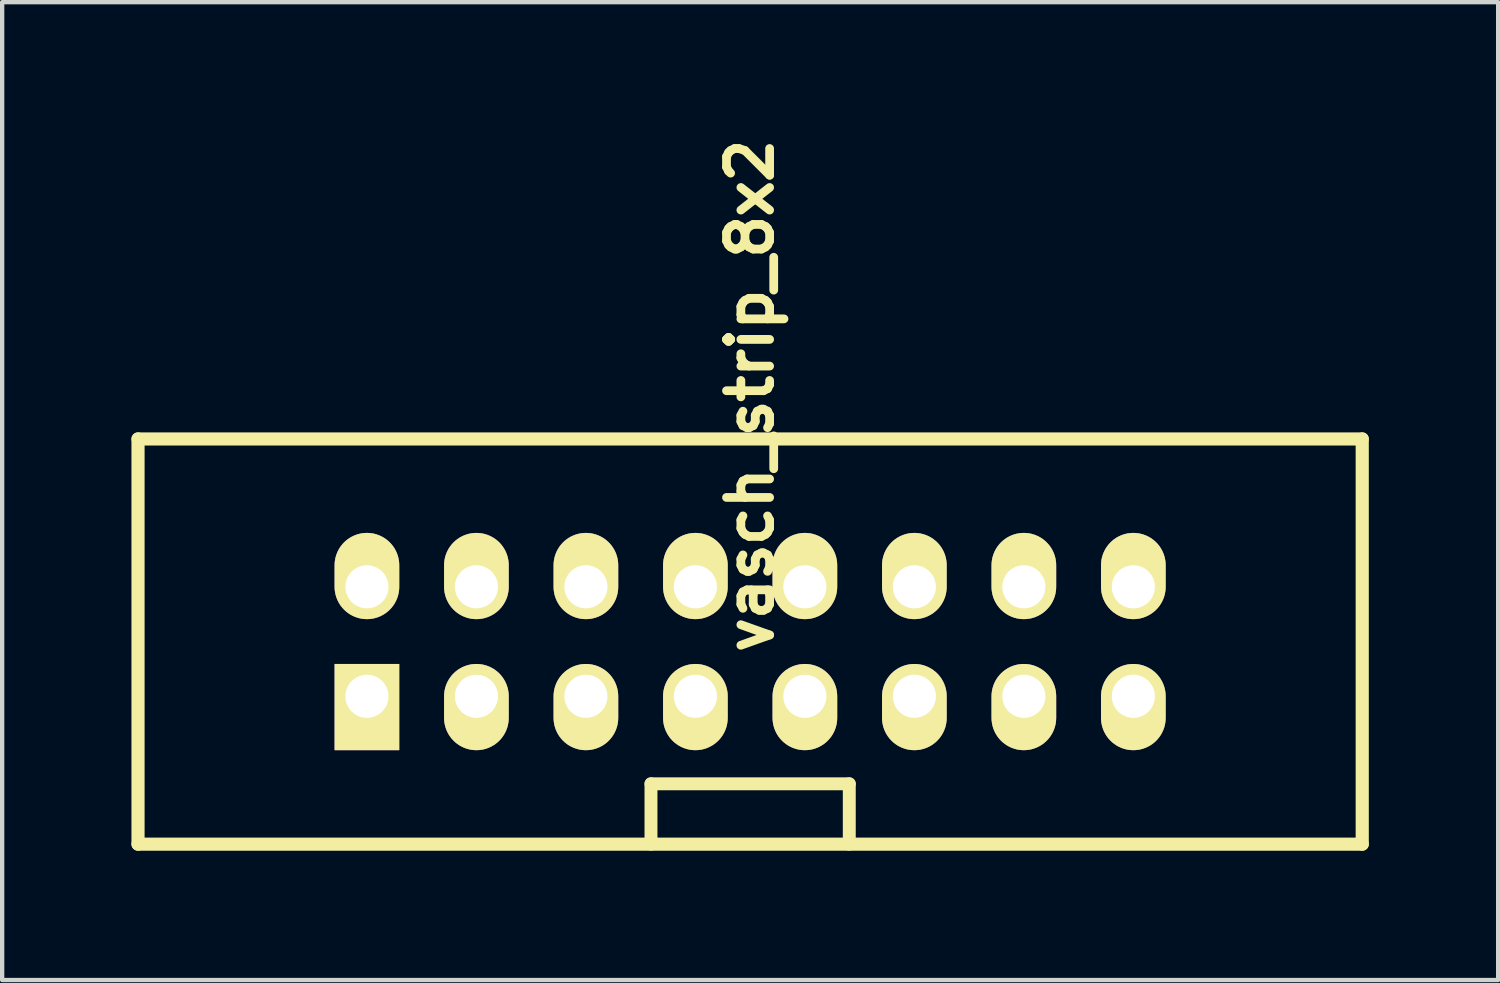
<source format=kicad_pcb>
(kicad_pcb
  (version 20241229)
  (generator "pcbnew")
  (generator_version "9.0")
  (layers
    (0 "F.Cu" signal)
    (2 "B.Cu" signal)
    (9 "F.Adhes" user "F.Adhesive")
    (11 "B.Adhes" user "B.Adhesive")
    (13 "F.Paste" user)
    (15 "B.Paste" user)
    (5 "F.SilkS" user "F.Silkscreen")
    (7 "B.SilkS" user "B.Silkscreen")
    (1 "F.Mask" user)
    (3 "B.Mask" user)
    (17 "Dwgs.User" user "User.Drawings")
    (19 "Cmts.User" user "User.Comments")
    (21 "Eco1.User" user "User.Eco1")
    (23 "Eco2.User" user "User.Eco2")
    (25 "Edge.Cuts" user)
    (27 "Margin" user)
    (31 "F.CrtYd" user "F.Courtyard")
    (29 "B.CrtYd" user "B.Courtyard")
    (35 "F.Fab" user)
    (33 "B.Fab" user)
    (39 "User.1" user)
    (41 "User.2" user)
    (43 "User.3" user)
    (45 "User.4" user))
  (footprint "vasch_strip_8x2"
    (layer "F.Cu")
    (at 14.352 11.833)
    (property "Reference" "vasch_strip_8x2" (at 0 -5.7 90) (layer "F.SilkS") (effects (font (size 1 1) (thickness 0.203))))
    (attr through_hole)
    (fp_line (start -14.2 -4.7) (end -14.2 4.7) (stroke (width 0.305) (type solid)) (layer "F.SilkS"))
    (fp_line (start -14.2 4.7) (end 14.2 4.7) (stroke (width 0.305) (type solid)) (layer "F.SilkS"))
    (fp_line (start -2.3 3.3) (end -2.3 4.7) (stroke (width 0.3) (type solid)) (layer "F.SilkS"))
    (fp_line (start 2.3 3.3) (end -2.3 3.3) (stroke (width 0.3) (type solid)) (layer "F.SilkS"))
    (fp_line (start 2.3 4.7) (end 2.3 3.3) (stroke (width 0.3) (type solid)) (layer "F.SilkS"))
    (fp_line (start 14.2 -4.7) (end -14.2 -4.7) (stroke (width 0.305) (type solid)) (layer "F.SilkS"))
    (fp_line (start 14.2 -4.7) (end 14.2 4.7) (stroke (width 0.305) (type solid)) (layer "F.SilkS"))
    (pad "1" thru_hole rect (at -8.89 1.27) (size 1.5 2) (drill 1 (offset 0 0.25)) (layers "*.Cu" "*.Mask" "F.SilkS"))
    (pad "2" thru_hole oval (at -8.89 -1.27) (size 1.5 2) (drill 1 (offset 0 -0.25)) (layers "*.Cu" "*.Mask" "F.SilkS"))
    (pad "3" thru_hole oval (at -6.35 1.27) (size 1.5 2) (drill 1 (offset 0 0.25)) (layers "*.Cu" "*.Mask" "F.SilkS"))
    (pad "4" thru_hole oval (at -6.35 -1.27) (size 1.5 2) (drill 1 (offset 0 -0.25)) (layers "*.Cu" "*.Mask" "F.SilkS"))
    (pad "5" thru_hole oval (at -3.81 1.27) (size 1.5 2) (drill 1 (offset 0 0.25)) (layers "*.Cu" "*.Mask" "F.SilkS"))
    (pad "6" thru_hole oval (at -3.81 -1.27) (size 1.5 2) (drill 1 (offset 0 -0.25)) (layers "*.Cu" "*.Mask" "F.SilkS"))
    (pad "7" thru_hole oval (at -1.27 1.27) (size 1.5 2) (drill 1 (offset 0 0.25)) (layers "*.Cu" "*.Mask" "F.SilkS"))
    (pad "8" thru_hole oval (at -1.27 -1.27) (size 1.5 2) (drill 1 (offset 0 -0.25)) (layers "*.Cu" "*.Mask" "F.SilkS"))
    (pad "9" thru_hole oval (at 1.27 1.27) (size 1.5 2) (drill 1 (offset 0 0.25)) (layers "*.Cu" "*.Mask" "F.SilkS"))
    (pad "10" thru_hole oval (at 1.27 -1.27) (size 1.5 2) (drill 1 (offset 0 -0.25)) (layers "*.Cu" "*.Mask" "F.SilkS"))
    (pad "11" thru_hole oval (at 3.81 1.27) (size 1.5 2) (drill 1 (offset 0 0.25)) (layers "*.Cu" "*.Mask" "F.SilkS"))
    (pad "12" thru_hole oval (at 3.81 -1.27) (size 1.5 2) (drill 1 (offset 0 -0.25)) (layers "*.Cu" "*.Mask" "F.SilkS"))
    (pad "13" thru_hole oval (at 6.35 1.27) (size 1.5 2) (drill 1 (offset 0 0.25)) (layers "*.Cu" "*.Mask" "F.SilkS"))
    (pad "14" thru_hole oval (at 6.35 -1.27) (size 1.5 2) (drill 1 (offset 0 -0.25)) (layers "*.Cu" "*.Mask" "F.SilkS"))
    (pad "15" thru_hole oval (at 8.89 1.27) (size 1.5 2) (drill 1 (offset 0 0.25)) (layers "*.Cu" "*.Mask" "F.SilkS"))
    (pad "16" thru_hole oval (at 8.89 -1.27) (size 1.5 2) (drill 1 (offset 0 -0.25)) (layers "*.Cu" "*.Mask" "F.SilkS")))
  (gr_rect
    (start -3 -3)
    (end 31.705 19.686)
    (stroke (width 0.1) (type default))
    (fill no)
    (layer "Edge.Cuts")))
</source>
